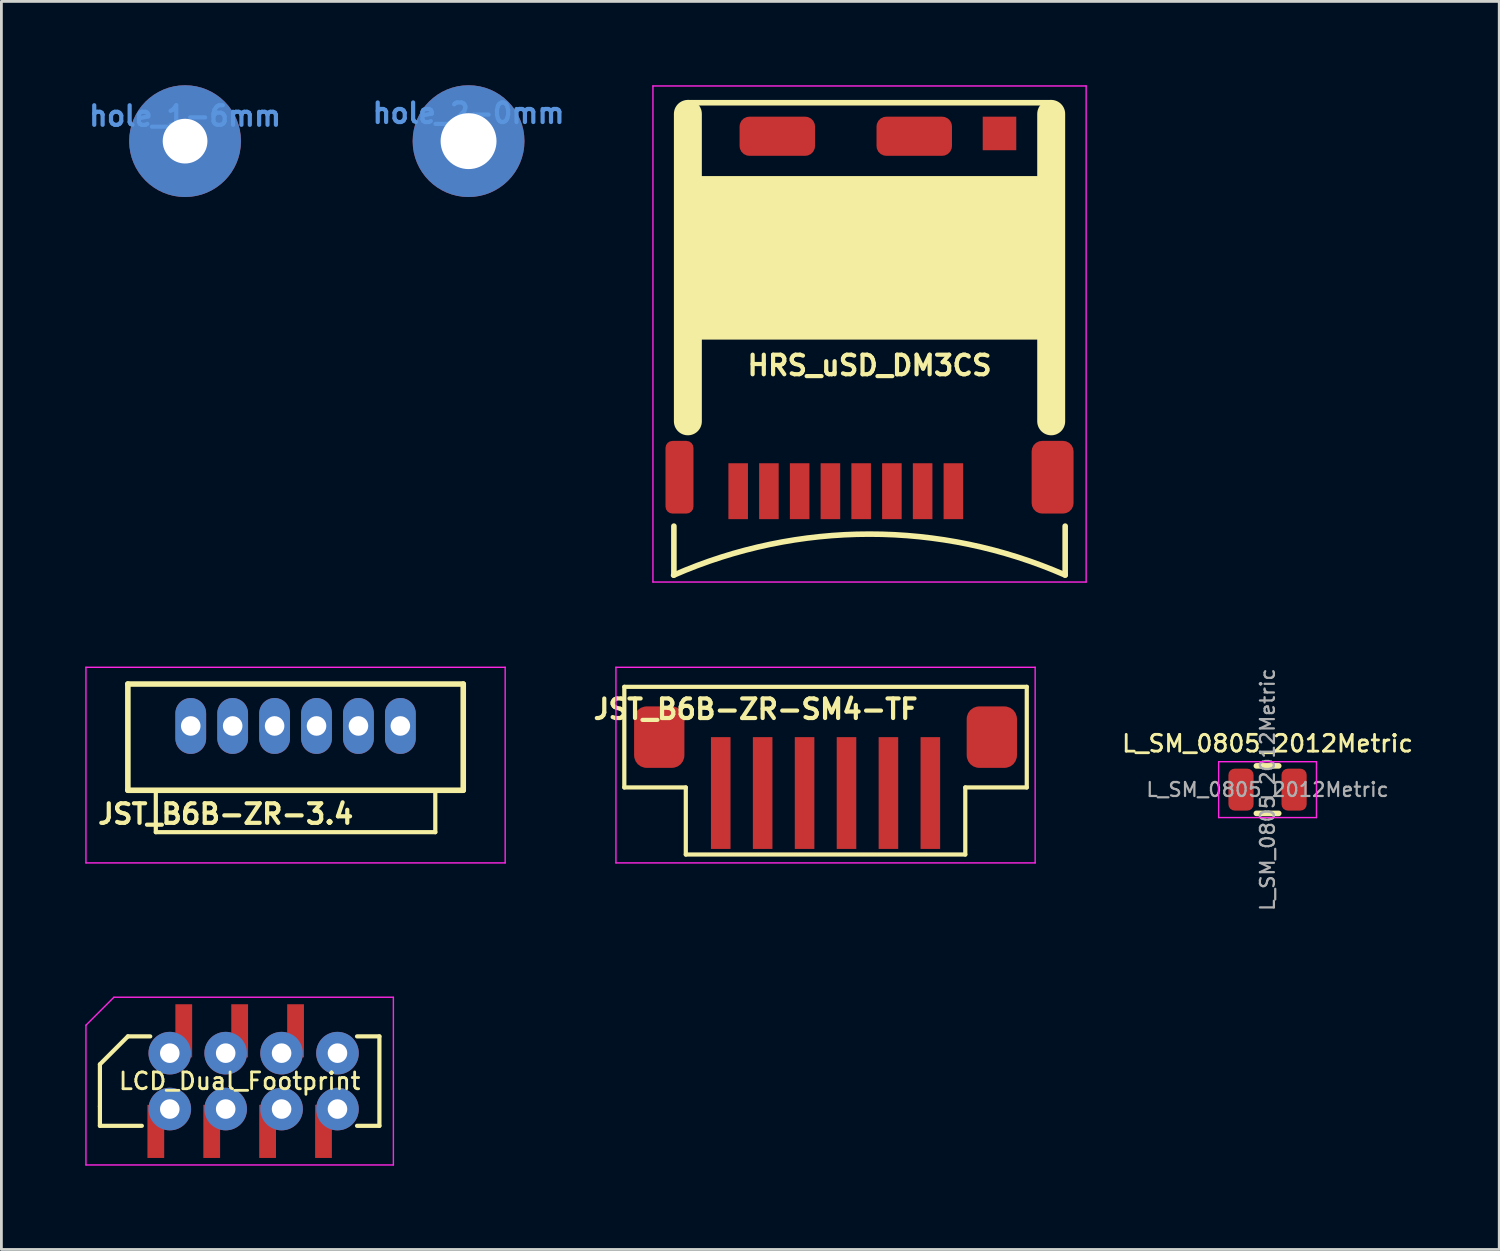
<source format=kicad_pcb>
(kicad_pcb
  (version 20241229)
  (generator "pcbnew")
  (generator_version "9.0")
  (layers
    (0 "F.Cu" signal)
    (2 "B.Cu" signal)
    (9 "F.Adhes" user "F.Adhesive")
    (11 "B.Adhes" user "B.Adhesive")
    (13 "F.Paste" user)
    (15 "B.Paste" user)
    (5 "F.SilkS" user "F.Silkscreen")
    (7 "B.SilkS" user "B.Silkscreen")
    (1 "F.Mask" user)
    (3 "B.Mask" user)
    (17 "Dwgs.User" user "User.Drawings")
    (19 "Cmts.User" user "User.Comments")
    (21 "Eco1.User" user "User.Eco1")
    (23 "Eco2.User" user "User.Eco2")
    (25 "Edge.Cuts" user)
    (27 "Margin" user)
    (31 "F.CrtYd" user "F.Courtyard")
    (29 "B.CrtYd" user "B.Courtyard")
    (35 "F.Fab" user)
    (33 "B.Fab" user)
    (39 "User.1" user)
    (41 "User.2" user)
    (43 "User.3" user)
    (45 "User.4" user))
  (footprint "L_SM_0805_2012Metric"
    (layer "F.Cu")
    (at 42.303 25.203)
    (property "Reference" "L_SM_0805_2012Metric" (at 0 -1.65 0) (layer "F.SilkS") (effects (font (size 0.6 0.6) (thickness 0.1))))
    (attr smd)
    (fp_line (start -0.4 -0.85) (end 0.4 -0.85) (stroke (width 0.2) (type solid)) (layer "F.SilkS"))
    (fp_line (start -0.4 0.85) (end 0.4 0.85) (stroke (width 0.2) (type solid)) (layer "F.SilkS"))
    (fp_line (start -1.75 -1) (end 1.75 -1) (stroke (width 0.05) (type solid)) (layer "F.CrtYd"))
    (fp_line (start -1.75 1) (end -1.75 -1) (stroke (width 0.05) (type solid)) (layer "F.CrtYd"))
    (fp_line (start 1.75 -1) (end 1.75 1) (stroke (width 0.05) (type solid)) (layer "F.CrtYd"))
    (fp_line (start 1.75 1) (end -1.75 1) (stroke (width 0.05) (type solid)) (layer "F.CrtYd"))
    (fp_text user "${REFERENCE}" (at 0 0 0) (layer "F.Fab") (effects (font (size 0.5 0.5) (thickness 0.08))))
    (fp_text user "${REFERENCE}" (at 0 0 90) (layer "F.Fab") (effects (font (size 0.5 0.5) (thickness 0.08))))
    (pad "1" smd roundrect (at -0.95 0) (size 0.9 1.5) (layers "F.Cu" "F.Mask" "F.Paste") (roundrect_rratio 0.25))
    (pad "2" smd roundrect (at 0.95 0) (size 0.9 1.5) (layers "F.Cu" "F.Mask" "F.Paste") (roundrect_rratio 0.25)))
  (footprint "hole_1-6mm"
    (layer "F.Cu")
    (at 3.572 2)
    (property "Reference" "hole_1-6mm" (at 0 -0.9 0) (layer "Cmts.User") (effects (font (size 0.7 0.7) (thickness 0.15))))
    (attr through_hole)
    (pad "1" thru_hole circle (at 0 0) (size 4 4) (drill 1.6) (layers "*.Cu" "*.Mask")))
  (footprint "HRS_uSD_DM3CS"
    (layer "F.Cu")
    (at 31.062 14.525)
    (property "Reference" "HRS_uSD_DM3CS" (at -3 -4.5 180) (layer "F.SilkS") (effects (font (size 0.7 0.7) (thickness 0.15))))
    (attr through_hole)
    (fp_line (start -10 3) (end -10 1.25) (stroke (width 0.2) (type solid)) (layer "F.SilkS"))
    (fp_line (start -9.5 -13.5) (end -9.5 -2.5) (stroke (width 1) (type solid)) (layer "F.SilkS"))
    (fp_line (start 3.5 -13.9) (end -9.5 -13.9) (stroke (width 0.2) (type solid)) (layer "F.SilkS"))
    (fp_line (start 3.5 -13.5) (end 3.5 -2.5) (stroke (width 1) (type solid)) (layer "F.SilkS"))
    (fp_line (start 4 3) (end 4 1.25) (stroke (width 0.2) (type solid)) (layer "F.SilkS"))
    (fp_arc (start -10.011516 3.005045) (mid -3.006287 1.535754) (end 3.999999 3.000001) (stroke (width 0.2) (type solid)) (layer "F.SilkS"))
    (fp_poly (pts (xy -9.5 -11.2) (xy 3.5 -11.2) (xy 3.5 -5.5) (xy -9.5 -5.5)) (stroke (width 0.15) (type solid)) (fill yes) (layer "F.SilkS"))
    (fp_line (start -10.75 -14.5) (end -10.75 3.25) (stroke (width 0.05) (type solid)) (layer "F.CrtYd"))
    (fp_line (start -10.75 -14.5) (end 4.75 -14.5) (stroke (width 0.05) (type solid)) (layer "F.CrtYd"))
    (fp_line (start -10.75 3.25) (end 4.75 3.25) (stroke (width 0.05) (type solid)) (layer "F.CrtYd"))
    (fp_line (start 4.75 -14.5) (end 4.75 3.25) (stroke (width 0.05) (type solid)) (layer "F.CrtYd"))
    (pad "1" smd rect (at 0 0) (size 0.7 2) (layers "F.Cu" "F.Mask"))
    (pad "2" smd rect (at -1.1 0) (size 0.7 2) (layers "F.Cu" "F.Mask"))
    (pad "3" smd rect (at -2.2 0) (size 0.7 2) (layers "F.Cu" "F.Mask"))
    (pad "4" smd rect (at -3.3 0) (size 0.7 2) (layers "F.Cu" "F.Mask"))
    (pad "5" smd rect (at -4.4 0) (size 0.7 2) (layers "F.Cu" "F.Mask"))
    (pad "6" smd rect (at -5.5 0) (size 0.7 2) (layers "F.Cu" "F.Mask"))
    (pad "7" smd rect (at -6.6 0) (size 0.7 2) (layers "F.Cu" "F.Mask"))
    (pad "8" smd rect (at -7.7 0) (size 0.7 2) (layers "F.Cu" "F.Mask"))
    (pad "9" smd roundrect (at -1.4 -12.7) (size 2.7 1.4) (layers "F.Cu" "F.Mask") (roundrect_rratio 0.25))
    (pad "10" smd roundrect (at -9.8 -0.5) (size 1 2.6) (layers "F.Cu" "F.Mask") (roundrect_rratio 0.25))
    (pad "10" smd roundrect (at -6.3 -12.7) (size 2.7 1.4) (layers "F.Cu" "F.Mask") (roundrect_rratio 0.25))
    (pad "10" smd rect (at 1.65 -12.8) (size 1.2 1.2) (layers "F.Cu" "F.Mask"))
    (pad "10" smd roundrect (at 3.55 -0.5) (size 1.5 2.6) (layers "F.Cu" "F.Mask") (roundrect_rratio 0.25))
    (zone (net_name "") (layer "F.Cu") (hatch edge 0.508) (connect_pads) (min_thickness 0.254) (filled_areas_thickness no) (keepout (tracks not_allowed) (vias not_allowed) (pads not_allowed) (copperpour not_allowed) (footprints not_allowed)) (placement (enabled no)) (fill) (polygon (pts (xy 22.062 1.025) (xy 22.062 3.275) (xy 34.062 3.275) (xy 34.062 1.025) (xy 35.062 1.025) (xy 35.062 12.025) (xy 34.062 12.025) (xy 34.062 9.025) (xy 22.062 9.025) (xy 22.062 12.025) (xy 21.062 12.025) (xy 21.062 1.025)))))
  (footprint "JST_B6B-ZR-SM4-TF"
    (layer "F.Cu")
    (at 26.488 22.325)
    (property "Reference" "JST_B6B-ZR-SM4-TF" (at -2.5 0 0) (layer "F.SilkS") (effects (font (size 0.7 0.7) (thickness 0.15))))
    (attr through_hole)
    (fp_line (start -7.2 -0.8) (end -7.2 2.8) (stroke (width 0.15) (type solid)) (layer "F.SilkS"))
    (fp_line (start -7.2 -0.8) (end 7.2 -0.8) (stroke (width 0.15) (type solid)) (layer "F.SilkS"))
    (fp_line (start -7.2 2.8) (end -5 2.8) (stroke (width 0.15) (type solid)) (layer "F.SilkS"))
    (fp_line (start -5 2.8) (end -5 5.2) (stroke (width 0.15) (type solid)) (layer "F.SilkS"))
    (fp_line (start -5 5.2) (end 5 5.2) (stroke (width 0.15) (type solid)) (layer "F.SilkS"))
    (fp_line (start 5 2.8) (end 5 5.2) (stroke (width 0.15) (type solid)) (layer "F.SilkS"))
    (fp_line (start 7.2 -0.8) (end 7.2 2.8) (stroke (width 0.15) (type solid)) (layer "F.SilkS"))
    (fp_line (start 7.2 2.8) (end 5 2.8) (stroke (width 0.15) (type solid)) (layer "F.SilkS"))
    (fp_line (start -7.5 -1.5) (end 7.5 -1.5) (stroke (width 0.05) (type solid)) (layer "F.CrtYd"))
    (fp_line (start -7.5 5.5) (end -7.5 -1.5) (stroke (width 0.05) (type solid)) (layer "F.CrtYd"))
    (fp_line (start 7.5 -1.5) (end 7.5 5.5) (stroke (width 0.05) (type solid)) (layer "F.CrtYd"))
    (fp_line (start 7.5 5.5) (end -7.5 5.5) (stroke (width 0.05) (type solid)) (layer "F.CrtYd"))
    (pad "1" smd rect (at -3.75 3) (size 0.7 4) (layers "F.Cu" "F.Mask"))
    (pad "2" smd rect (at -2.25 3) (size 0.7 4) (layers "F.Cu" "F.Mask"))
    (pad "3" smd rect (at -0.75 3) (size 0.7 4) (layers "F.Cu" "F.Mask"))
    (pad "4" smd rect (at 0.75 3) (size 0.7 4) (layers "F.Cu" "F.Mask"))
    (pad "5" smd rect (at 2.25 3) (size 0.7 4) (layers "F.Cu" "F.Mask"))
    (pad "6" smd rect (at 3.75 3) (size 0.7 4) (layers "F.Cu" "F.Mask"))
    (pad "GND" smd roundrect (at -5.95 1) (size 1.8 2.2) (layers "F.Cu" "F.Mask") (roundrect_rratio 0.25))
    (pad "GND" smd roundrect (at 5.95 1) (size 1.8 2.2) (layers "F.Cu" "F.Mask") (roundrect_rratio 0.25)))
  (footprint "JST_B6B-ZR-3.4"
    (layer "F.Cu")
    (at 7.525 22.325)
    (property "Reference" "JST_B6B-ZR-3.4" (at -2.5 3.75 0) (layer "F.SilkS") (effects (font (size 0.7 0.7) (thickness 0.15))))
    (attr through_hole)
    (fp_line (start -6 -0.9) (end -6 2.9) (stroke (width 0.2) (type solid)) (layer "F.SilkS"))
    (fp_line (start -6 -0.9) (end 6 -0.9) (stroke (width 0.2) (type solid)) (layer "F.SilkS"))
    (fp_line (start -6 2.9) (end 6 2.9) (stroke (width 0.2) (type solid)) (layer "F.SilkS"))
    (fp_line (start -5 2.9) (end -5 4.4) (stroke (width 0.15) (type solid)) (layer "F.SilkS"))
    (fp_line (start -5 4.4) (end 5 4.4) (stroke (width 0.15) (type solid)) (layer "F.SilkS"))
    (fp_line (start 5 4.4) (end 5 2.9) (stroke (width 0.15) (type solid)) (layer "F.SilkS"))
    (fp_line (start 6 -0.9) (end 6 2.9) (stroke (width 0.2) (type solid)) (layer "F.SilkS"))
    (fp_line (start -7.5 -1.5) (end 7.5 -1.5) (stroke (width 0.05) (type solid)) (layer "F.CrtYd"))
    (fp_line (start -7.5 5.5) (end -7.5 -1.5) (stroke (width 0.05) (type solid)) (layer "F.CrtYd"))
    (fp_line (start 7.5 -1.5) (end 7.5 5.5) (stroke (width 0.05) (type solid)) (layer "F.CrtYd"))
    (fp_line (start 7.5 5.5) (end -7.5 5.5) (stroke (width 0.05) (type solid)) (layer "F.CrtYd"))
    (pad "1" thru_hole oval (at -3.75 0.6) (size 1.1 2) (drill 0.7) (layers "*.Cu" "*.Mask"))
    (pad "2" thru_hole oval (at -2.25 0.6) (size 1.1 2) (drill 0.7) (layers "*.Cu" "*.Mask"))
    (pad "3" thru_hole oval (at -0.75 0.6) (size 1.1 2) (drill 0.7) (layers "*.Cu" "*.Mask"))
    (pad "4" thru_hole oval (at 0.75 0.6) (size 1.1 2) (drill 0.7) (layers "*.Cu" "*.Mask"))
    (pad "5" thru_hole oval (at 2.25 0.6) (size 1.1 2) (drill 0.7) (layers "*.Cu" "*.Mask"))
    (pad "6" thru_hole oval (at 3.75 0.6) (size 1.1 2) (drill 0.7) (layers "*.Cu" "*.Mask")))
  (footprint "LCD_Dual_Footprint"
    (layer "F.Cu")
    (at 5.525 35.632)
    (property "Reference" "LCD_Dual_Footprint" (at 0 0 0) (layer "F.SilkS") (effects (font (size 0.6 0.6) (thickness 0.1))))
    (attr through_hole)
    (fp_line (start -5 -0.6) (end -4 -1.6) (stroke (width 0.15) (type solid)) (layer "F.SilkS"))
    (fp_line (start -5 0.9) (end -5 0.9) (stroke (width 0.15) (type solid)) (layer "F.SilkS"))
    (fp_line (start -5 1.6) (end -5 -0.6) (stroke (width 0.15) (type solid)) (layer "F.SilkS"))
    (fp_line (start -5 1.6) (end -3.5 1.6) (stroke (width 0.15) (type solid)) (layer "F.SilkS"))
    (fp_line (start -4 -1.6) (end -3.2 -1.6) (stroke (width 0.15) (type solid)) (layer "F.SilkS"))
    (fp_line (start 5 -1.6) (end 4.2 -1.6) (stroke (width 0.15) (type solid)) (layer "F.SilkS"))
    (fp_line (start 5 -1.6) (end 5 1.6) (stroke (width 0.15) (type solid)) (layer "F.SilkS"))
    (fp_line (start 5 1.6) (end 4.2 1.6) (stroke (width 0.15) (type solid)) (layer "F.SilkS"))
    (fp_line (start -5.5 3) (end -5.5 -2) (stroke (width 0.05) (type solid)) (layer "F.CrtYd"))
    (fp_line (start -5.5 3) (end 5.5 3) (stroke (width 0.05) (type solid)) (layer "F.CrtYd"))
    (fp_line (start -4.5 -3) (end -5.5 -2) (stroke (width 0.05) (type solid)) (layer "F.CrtYd"))
    (fp_line (start -4.5 -3) (end 5.5 -3) (stroke (width 0.05) (type solid)) (layer "F.CrtYd"))
    (fp_line (start 5.5 -3) (end 5.5 3) (stroke (width 0.05) (type solid)) (layer "F.CrtYd"))
    (pad "1" smd rect (at -3 1.8) (size 0.6 1.9) (layers "F.Cu" "F.Mask"))
    (pad "1" thru_hole circle (at -2.5 1) (size 1.524 1.524) (drill 0.7) (layers "*.Cu" "*.Mask"))
    (pad "2" thru_hole circle (at -2.5 -1) (size 1.524 1.524) (drill 0.7) (layers "*.Cu" "*.Mask"))
    (pad "2" smd rect (at -2 -1.8) (size 0.6 1.9) (layers "F.Cu" "F.Mask"))
    (pad "3" smd rect (at -1 1.8) (size 0.6 1.9) (layers "F.Cu" "F.Mask"))
    (pad "3" thru_hole circle (at -0.5 1) (size 1.524 1.524) (drill 0.7) (layers "*.Cu" "*.Mask"))
    (pad "4" thru_hole circle (at -0.5 -1) (size 1.524 1.524) (drill 0.7) (layers "*.Cu" "*.Mask"))
    (pad "4" smd rect (at 0 -1.8) (size 0.6 1.9) (layers "F.Cu" "F.Mask"))
    (pad "5" smd rect (at 1 1.8) (size 0.6 1.9) (layers "F.Cu" "F.Mask"))
    (pad "5" thru_hole circle (at 1.5 1) (size 1.524 1.524) (drill 0.7) (layers "*.Cu" "*.Mask"))
    (pad "6" thru_hole circle (at 1.5 -1) (size 1.524 1.524) (drill 0.7) (layers "*.Cu" "*.Mask"))
    (pad "6" smd rect (at 2 -1.8) (size 0.6 1.9) (layers "F.Cu" "F.Mask"))
    (pad "7" smd rect (at 3 1.8) (size 0.6 1.9) (layers "F.Cu" "F.Mask"))
    (pad "7" thru_hole circle (at 3.5 1 180) (size 1.524 1.524) (drill 0.7) (layers "*.Cu" "*.Mask"))
    (pad "8" thru_hole circle (at 3.5 -1) (size 1.524 1.524) (drill 0.7) (layers "*.Cu" "*.Mask")))
  (footprint "hole_2-0mm"
    (layer "F.Cu")
    (at 13.715 2)
    (property "Reference" "hole_2-0mm" (at 0 -1 0) (layer "Cmts.User") (effects (font (size 0.7 0.7) (thickness 0.15))))
    (attr through_hole)
    (pad "1" thru_hole circle (at 0 0) (size 4 4) (drill 2) (layers "*.Cu" "*.Mask")))
  (gr_rect
    (start -3 -3)
    (end 50.593 41.657)
    (stroke (width 0.1) (type default))
    (fill no)
    (layer "Edge.Cuts")))
</source>
